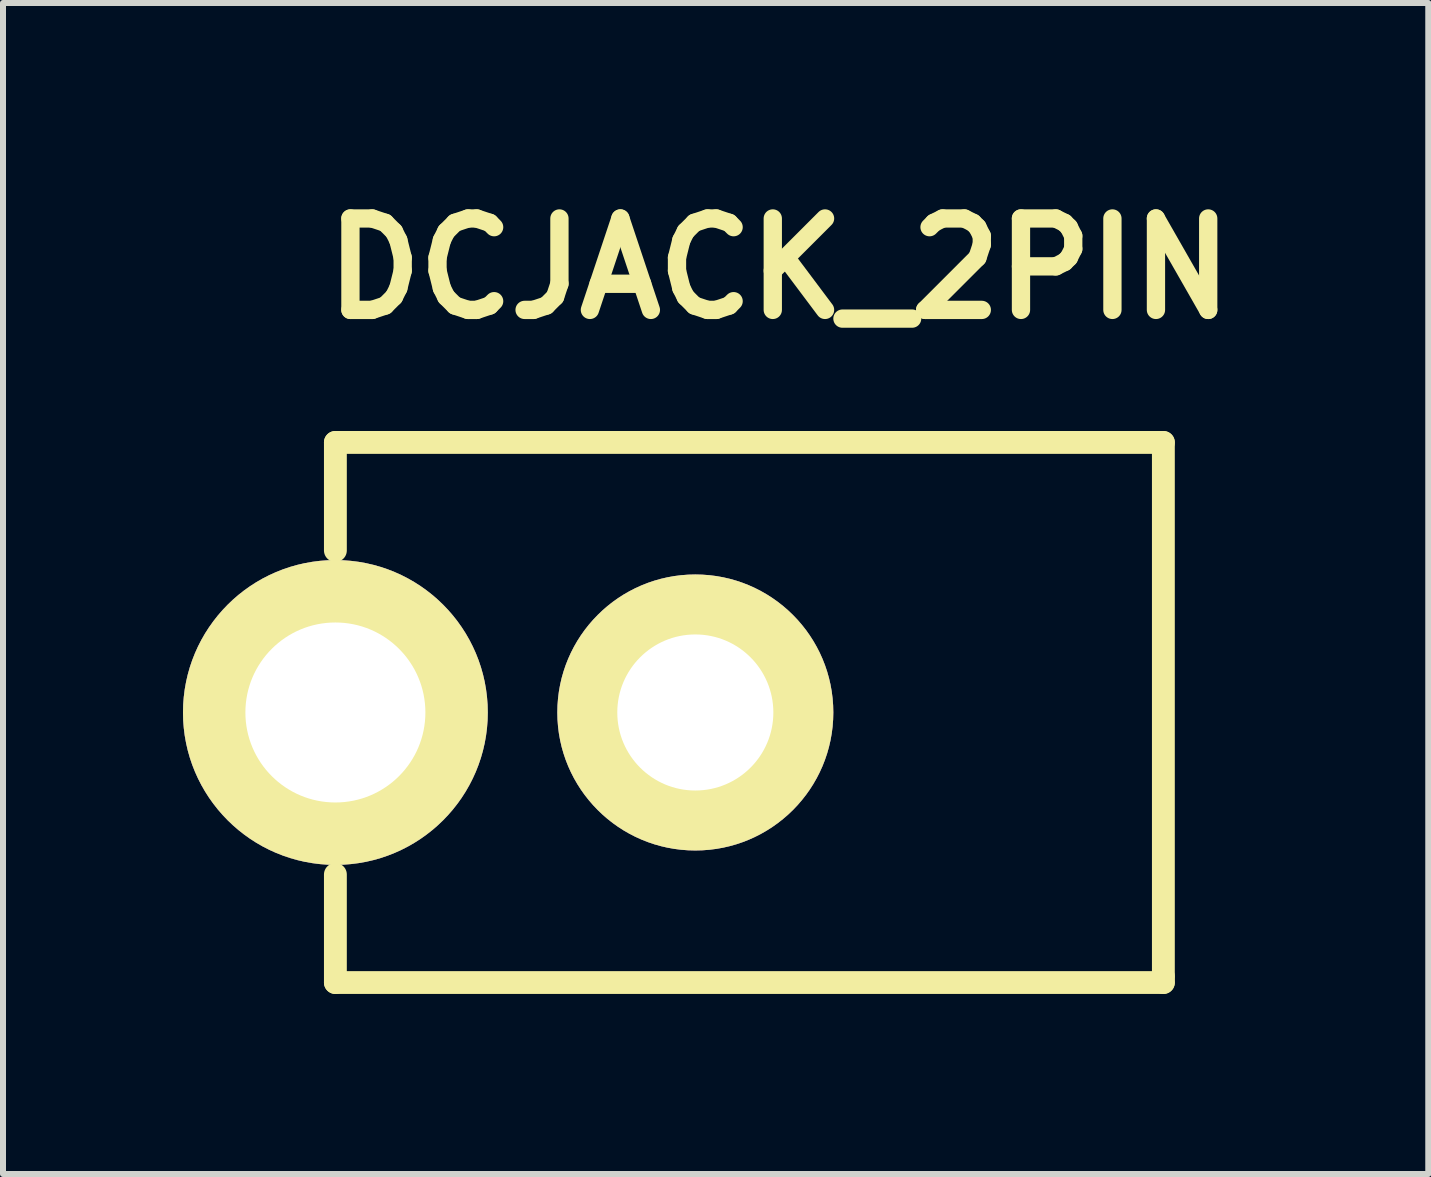
<source format=kicad_pcb>
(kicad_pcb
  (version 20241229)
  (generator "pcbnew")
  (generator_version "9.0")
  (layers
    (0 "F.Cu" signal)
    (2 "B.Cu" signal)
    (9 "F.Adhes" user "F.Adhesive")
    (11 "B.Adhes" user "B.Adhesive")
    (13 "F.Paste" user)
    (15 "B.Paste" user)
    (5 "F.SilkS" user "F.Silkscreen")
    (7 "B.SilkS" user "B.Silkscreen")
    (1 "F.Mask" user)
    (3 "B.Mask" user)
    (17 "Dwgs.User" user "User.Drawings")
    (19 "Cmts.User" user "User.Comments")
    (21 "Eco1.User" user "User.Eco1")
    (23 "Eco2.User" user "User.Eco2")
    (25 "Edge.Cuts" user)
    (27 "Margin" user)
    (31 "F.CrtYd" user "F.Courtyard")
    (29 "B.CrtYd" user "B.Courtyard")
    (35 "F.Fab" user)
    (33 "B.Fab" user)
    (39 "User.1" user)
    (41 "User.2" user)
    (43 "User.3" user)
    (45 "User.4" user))
  (footprint "DCJACK_2PIN"
    (layer "F.Cu")
    (at 2.54 8.825)
    (property "Reference" "DCJACK_2PIN" (at 7.399 -7.399 0) (layer "F.SilkS") (effects (font (size 1.524 1.524) (thickness 0.305))))
    (attr through_hole)
    (fp_line (start 0 -4.501) (end 13.8 -4.501) (stroke (width 0.381) (type solid)) (layer "F.SilkS"))
    (fp_line (start 0 -2.7) (end 0 -4.501) (stroke (width 0.381) (type solid)) (layer "F.SilkS"))
    (fp_line (start 0 4.501) (end 0 2.7) (stroke (width 0.381) (type solid)) (layer "F.SilkS"))
    (fp_line (start 13.8 -4.501) (end 13.8 4.399) (stroke (width 0.381) (type solid)) (layer "F.SilkS"))
    (fp_line (start 13.8 4.399) (end 13.8 4.501) (stroke (width 0.381) (type solid)) (layer "F.SilkS"))
    (fp_line (start 13.8 4.501) (end 0 4.501) (stroke (width 0.381) (type solid)) (layer "F.SilkS"))
    (pad "1" thru_hole circle (at 0 0) (size 5.08 5.08) (drill 3) (layers "*.Cu" "*.Mask" "F.SilkS"))
    (pad "2" thru_hole circle (at 5.999 0) (size 4.6 4.6) (drill 2.601) (layers "*.Cu" "*.Mask" "F.SilkS")))
  (gr_rect
    (start -3 -3)
    (end 20.755 16.517)
    (stroke (width 0.1) (type default))
    (fill no)
    (layer "Edge.Cuts")))
</source>
